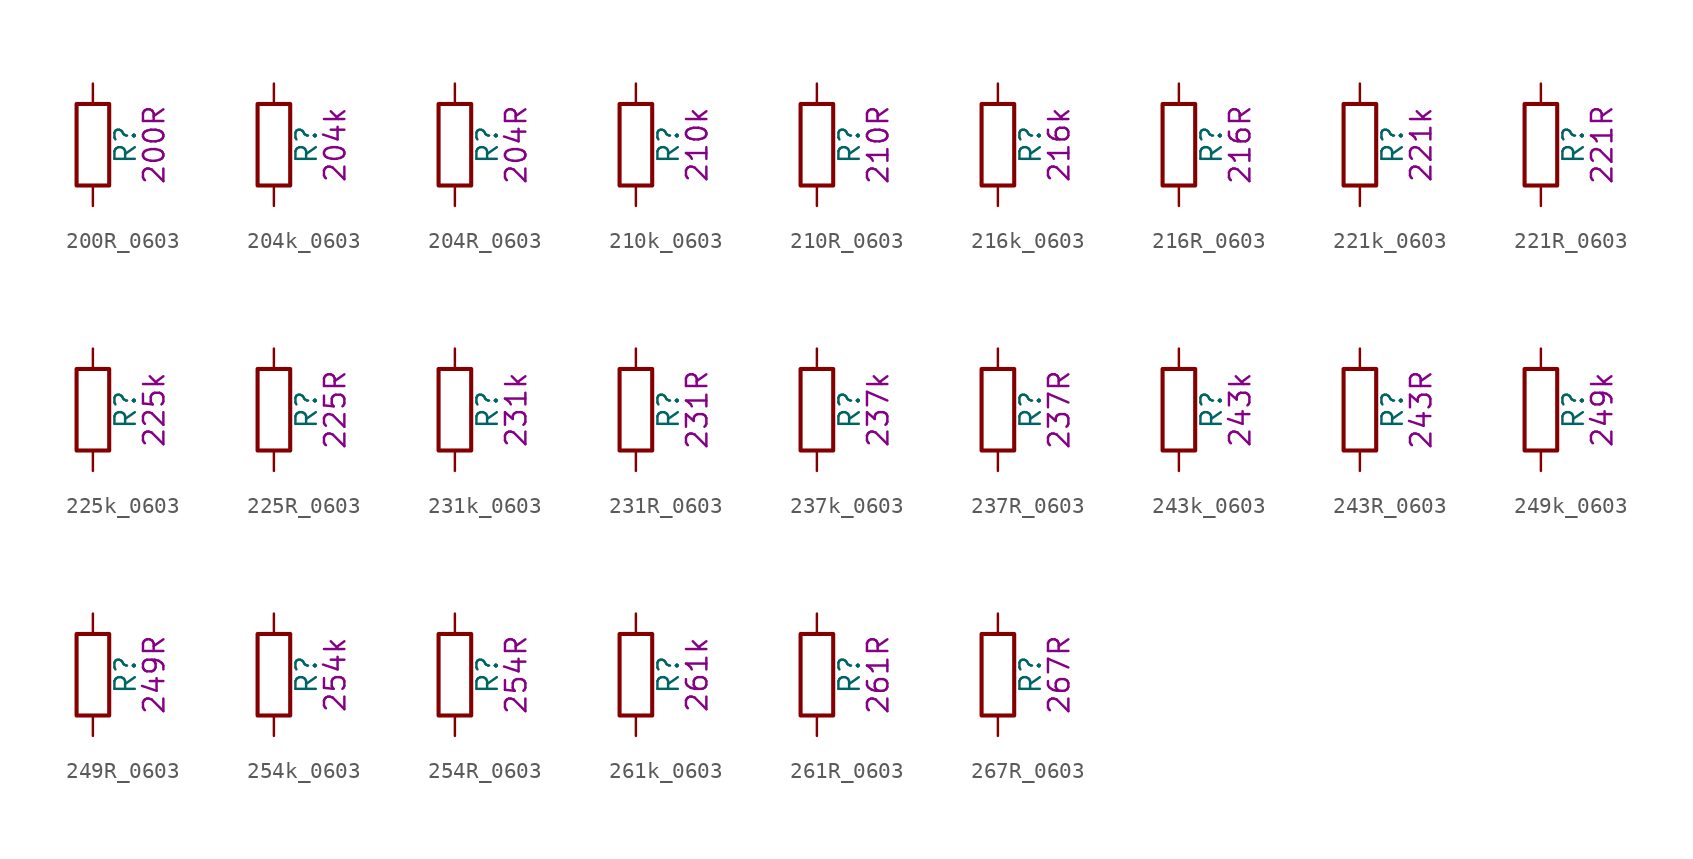
<source format=kicad_sym>
(kicad_symbol_lib
  (version 20211014)
  (generator kicad_symbol_editor)
  (symbol "200R_0603"
    (pin_numbers hide)
    (pin_names
      (offset 0))
    (property "Reference" "R"
      (at 2.032 0 90)
      (effects (font (size 1.27 1.27))))
    (property "Display" "200R"
      (at 3.81 0 90)
      (effects (font (size 1.27 1.27))))
    (symbol "200R_0603_0_1"
      (rectangle (start -1.016 -2.54) (end 1.016 2.54) (stroke (width 0.254) (type default) (color 0 0 0 0)) (fill (type none))))
    (symbol "200R_0603_1_1"
      (pin passive line (at 0 3.81 270) (length 1.27) (name "~" (effects (font (size 1.27 1.27)))) (number "1" (effects (font (size 1.27 1.27)))))
      (pin passive line (at 0 -3.81 90) (length 1.27) (name "~" (effects (font (size 1.27 1.27)))) (number "2" (effects (font (size 1.27 1.27)))))))
  (symbol "204k_0603"
    (pin_numbers hide)
    (pin_names
      (offset 0))
    (property "Reference" "R"
      (at 2.032 0 90)
      (effects (font (size 1.27 1.27))))
    (property "Display" "204k"
      (at 3.81 0 90)
      (effects (font (size 1.27 1.27))))
    (symbol "204k_0603_0_1"
      (rectangle (start -1.016 -2.54) (end 1.016 2.54) (stroke (width 0.254) (type default) (color 0 0 0 0)) (fill (type none))))
    (symbol "204k_0603_1_1"
      (pin passive line (at 0 3.81 270) (length 1.27) (name "~" (effects (font (size 1.27 1.27)))) (number "1" (effects (font (size 1.27 1.27)))))
      (pin passive line (at 0 -3.81 90) (length 1.27) (name "~" (effects (font (size 1.27 1.27)))) (number "2" (effects (font (size 1.27 1.27)))))))
  (symbol "204R_0603"
    (pin_numbers hide)
    (pin_names
      (offset 0))
    (property "Reference" "R"
      (at 2.032 0 90)
      (effects (font (size 1.27 1.27))))
    (property "Display" "204R"
      (at 3.81 0 90)
      (effects (font (size 1.27 1.27))))
    (symbol "204R_0603_0_1"
      (rectangle (start -1.016 -2.54) (end 1.016 2.54) (stroke (width 0.254) (type default) (color 0 0 0 0)) (fill (type none))))
    (symbol "204R_0603_1_1"
      (pin passive line (at 0 3.81 270) (length 1.27) (name "~" (effects (font (size 1.27 1.27)))) (number "1" (effects (font (size 1.27 1.27)))))
      (pin passive line (at 0 -3.81 90) (length 1.27) (name "~" (effects (font (size 1.27 1.27)))) (number "2" (effects (font (size 1.27 1.27)))))))
  (symbol "210k_0603"
    (pin_numbers hide)
    (pin_names
      (offset 0))
    (property "Reference" "R"
      (at 2.032 0 90)
      (effects (font (size 1.27 1.27))))
    (property "Display" "210k"
      (at 3.81 0 90)
      (effects (font (size 1.27 1.27))))
    (symbol "210k_0603_0_1"
      (rectangle (start -1.016 -2.54) (end 1.016 2.54) (stroke (width 0.254) (type default) (color 0 0 0 0)) (fill (type none))))
    (symbol "210k_0603_1_1"
      (pin passive line (at 0 3.81 270) (length 1.27) (name "~" (effects (font (size 1.27 1.27)))) (number "1" (effects (font (size 1.27 1.27)))))
      (pin passive line (at 0 -3.81 90) (length 1.27) (name "~" (effects (font (size 1.27 1.27)))) (number "2" (effects (font (size 1.27 1.27)))))))
  (symbol "210R_0603"
    (pin_numbers hide)
    (pin_names
      (offset 0))
    (property "Reference" "R"
      (at 2.032 0 90)
      (effects (font (size 1.27 1.27))))
    (property "Display" "210R"
      (at 3.81 0 90)
      (effects (font (size 1.27 1.27))))
    (symbol "210R_0603_0_1"
      (rectangle (start -1.016 -2.54) (end 1.016 2.54) (stroke (width 0.254) (type default) (color 0 0 0 0)) (fill (type none))))
    (symbol "210R_0603_1_1"
      (pin passive line (at 0 3.81 270) (length 1.27) (name "~" (effects (font (size 1.27 1.27)))) (number "1" (effects (font (size 1.27 1.27)))))
      (pin passive line (at 0 -3.81 90) (length 1.27) (name "~" (effects (font (size 1.27 1.27)))) (number "2" (effects (font (size 1.27 1.27)))))))
  (symbol "216k_0603"
    (pin_numbers hide)
    (pin_names
      (offset 0))
    (property "Reference" "R"
      (at 2.032 0 90)
      (effects (font (size 1.27 1.27))))
    (property "Display" "216k"
      (at 3.81 0 90)
      (effects (font (size 1.27 1.27))))
    (symbol "216k_0603_0_1"
      (rectangle (start -1.016 -2.54) (end 1.016 2.54) (stroke (width 0.254) (type default) (color 0 0 0 0)) (fill (type none))))
    (symbol "216k_0603_1_1"
      (pin passive line (at 0 3.81 270) (length 1.27) (name "~" (effects (font (size 1.27 1.27)))) (number "1" (effects (font (size 1.27 1.27)))))
      (pin passive line (at 0 -3.81 90) (length 1.27) (name "~" (effects (font (size 1.27 1.27)))) (number "2" (effects (font (size 1.27 1.27)))))))
  (symbol "216R_0603"
    (pin_numbers hide)
    (pin_names
      (offset 0))
    (property "Reference" "R"
      (at 2.032 0 90)
      (effects (font (size 1.27 1.27))))
    (property "Display" "216R"
      (at 3.81 0 90)
      (effects (font (size 1.27 1.27))))
    (symbol "216R_0603_0_1"
      (rectangle (start -1.016 -2.54) (end 1.016 2.54) (stroke (width 0.254) (type default) (color 0 0 0 0)) (fill (type none))))
    (symbol "216R_0603_1_1"
      (pin passive line (at 0 3.81 270) (length 1.27) (name "~" (effects (font (size 1.27 1.27)))) (number "1" (effects (font (size 1.27 1.27)))))
      (pin passive line (at 0 -3.81 90) (length 1.27) (name "~" (effects (font (size 1.27 1.27)))) (number "2" (effects (font (size 1.27 1.27)))))))
  (symbol "221k_0603"
    (pin_numbers hide)
    (pin_names
      (offset 0))
    (property "Reference" "R"
      (at 2.032 0 90)
      (effects (font (size 1.27 1.27))))
    (property "Display" "221k"
      (at 3.81 0 90)
      (effects (font (size 1.27 1.27))))
    (symbol "221k_0603_0_1"
      (rectangle (start -1.016 -2.54) (end 1.016 2.54) (stroke (width 0.254) (type default) (color 0 0 0 0)) (fill (type none))))
    (symbol "221k_0603_1_1"
      (pin passive line (at 0 3.81 270) (length 1.27) (name "~" (effects (font (size 1.27 1.27)))) (number "1" (effects (font (size 1.27 1.27)))))
      (pin passive line (at 0 -3.81 90) (length 1.27) (name "~" (effects (font (size 1.27 1.27)))) (number "2" (effects (font (size 1.27 1.27)))))))
  (symbol "221R_0603"
    (pin_numbers hide)
    (pin_names
      (offset 0))
    (property "Reference" "R"
      (at 2.032 0 90)
      (effects (font (size 1.27 1.27))))
    (property "Display" "221R"
      (at 3.81 0 90)
      (effects (font (size 1.27 1.27))))
    (symbol "221R_0603_0_1"
      (rectangle (start -1.016 -2.54) (end 1.016 2.54) (stroke (width 0.254) (type default) (color 0 0 0 0)) (fill (type none))))
    (symbol "221R_0603_1_1"
      (pin passive line (at 0 3.81 270) (length 1.27) (name "~" (effects (font (size 1.27 1.27)))) (number "1" (effects (font (size 1.27 1.27)))))
      (pin passive line (at 0 -3.81 90) (length 1.27) (name "~" (effects (font (size 1.27 1.27)))) (number "2" (effects (font (size 1.27 1.27)))))))
  (symbol "225k_0603"
    (pin_numbers hide)
    (pin_names
      (offset 0))
    (property "Reference" "R"
      (at 2.032 0 90)
      (effects (font (size 1.27 1.27))))
    (property "Display" "225k"
      (at 3.81 0 90)
      (effects (font (size 1.27 1.27))))
    (symbol "225k_0603_0_1"
      (rectangle (start -1.016 -2.54) (end 1.016 2.54) (stroke (width 0.254) (type default) (color 0 0 0 0)) (fill (type none))))
    (symbol "225k_0603_1_1"
      (pin passive line (at 0 3.81 270) (length 1.27) (name "~" (effects (font (size 1.27 1.27)))) (number "1" (effects (font (size 1.27 1.27)))))
      (pin passive line (at 0 -3.81 90) (length 1.27) (name "~" (effects (font (size 1.27 1.27)))) (number "2" (effects (font (size 1.27 1.27)))))))
  (symbol "225R_0603"
    (pin_numbers hide)
    (pin_names
      (offset 0))
    (property "Reference" "R"
      (at 2.032 0 90)
      (effects (font (size 1.27 1.27))))
    (property "Display" "225R"
      (at 3.81 0 90)
      (effects (font (size 1.27 1.27))))
    (symbol "225R_0603_0_1"
      (rectangle (start -1.016 -2.54) (end 1.016 2.54) (stroke (width 0.254) (type default) (color 0 0 0 0)) (fill (type none))))
    (symbol "225R_0603_1_1"
      (pin passive line (at 0 3.81 270) (length 1.27) (name "~" (effects (font (size 1.27 1.27)))) (number "1" (effects (font (size 1.27 1.27)))))
      (pin passive line (at 0 -3.81 90) (length 1.27) (name "~" (effects (font (size 1.27 1.27)))) (number "2" (effects (font (size 1.27 1.27)))))))
  (symbol "231k_0603"
    (pin_numbers hide)
    (pin_names
      (offset 0))
    (property "Reference" "R"
      (at 2.032 0 90)
      (effects (font (size 1.27 1.27))))
    (property "Display" "231k"
      (at 3.81 0 90)
      (effects (font (size 1.27 1.27))))
    (symbol "231k_0603_0_1"
      (rectangle (start -1.016 -2.54) (end 1.016 2.54) (stroke (width 0.254) (type default) (color 0 0 0 0)) (fill (type none))))
    (symbol "231k_0603_1_1"
      (pin passive line (at 0 3.81 270) (length 1.27) (name "~" (effects (font (size 1.27 1.27)))) (number "1" (effects (font (size 1.27 1.27)))))
      (pin passive line (at 0 -3.81 90) (length 1.27) (name "~" (effects (font (size 1.27 1.27)))) (number "2" (effects (font (size 1.27 1.27)))))))
  (symbol "231R_0603"
    (pin_numbers hide)
    (pin_names
      (offset 0))
    (property "Reference" "R"
      (at 2.032 0 90)
      (effects (font (size 1.27 1.27))))
    (property "Display" "231R"
      (at 3.81 0 90)
      (effects (font (size 1.27 1.27))))
    (symbol "231R_0603_0_1"
      (rectangle (start -1.016 -2.54) (end 1.016 2.54) (stroke (width 0.254) (type default) (color 0 0 0 0)) (fill (type none))))
    (symbol "231R_0603_1_1"
      (pin passive line (at 0 3.81 270) (length 1.27) (name "~" (effects (font (size 1.27 1.27)))) (number "1" (effects (font (size 1.27 1.27)))))
      (pin passive line (at 0 -3.81 90) (length 1.27) (name "~" (effects (font (size 1.27 1.27)))) (number "2" (effects (font (size 1.27 1.27)))))))
  (symbol "237k_0603"
    (pin_numbers hide)
    (pin_names
      (offset 0))
    (property "Reference" "R"
      (at 2.032 0 90)
      (effects (font (size 1.27 1.27))))
    (property "Display" "237k"
      (at 3.81 0 90)
      (effects (font (size 1.27 1.27))))
    (symbol "237k_0603_0_1"
      (rectangle (start -1.016 -2.54) (end 1.016 2.54) (stroke (width 0.254) (type default) (color 0 0 0 0)) (fill (type none))))
    (symbol "237k_0603_1_1"
      (pin passive line (at 0 3.81 270) (length 1.27) (name "~" (effects (font (size 1.27 1.27)))) (number "1" (effects (font (size 1.27 1.27)))))
      (pin passive line (at 0 -3.81 90) (length 1.27) (name "~" (effects (font (size 1.27 1.27)))) (number "2" (effects (font (size 1.27 1.27)))))))
  (symbol "237R_0603"
    (pin_numbers hide)
    (pin_names
      (offset 0))
    (property "Reference" "R"
      (at 2.032 0 90)
      (effects (font (size 1.27 1.27))))
    (property "Display" "237R"
      (at 3.81 0 90)
      (effects (font (size 1.27 1.27))))
    (symbol "237R_0603_0_1"
      (rectangle (start -1.016 -2.54) (end 1.016 2.54) (stroke (width 0.254) (type default) (color 0 0 0 0)) (fill (type none))))
    (symbol "237R_0603_1_1"
      (pin passive line (at 0 3.81 270) (length 1.27) (name "~" (effects (font (size 1.27 1.27)))) (number "1" (effects (font (size 1.27 1.27)))))
      (pin passive line (at 0 -3.81 90) (length 1.27) (name "~" (effects (font (size 1.27 1.27)))) (number "2" (effects (font (size 1.27 1.27)))))))
  (symbol "243k_0603"
    (pin_numbers hide)
    (pin_names
      (offset 0))
    (property "Reference" "R"
      (at 2.032 0 90)
      (effects (font (size 1.27 1.27))))
    (property "Display" "243k"
      (at 3.81 0 90)
      (effects (font (size 1.27 1.27))))
    (symbol "243k_0603_0_1"
      (rectangle (start -1.016 -2.54) (end 1.016 2.54) (stroke (width 0.254) (type default) (color 0 0 0 0)) (fill (type none))))
    (symbol "243k_0603_1_1"
      (pin passive line (at 0 3.81 270) (length 1.27) (name "~" (effects (font (size 1.27 1.27)))) (number "1" (effects (font (size 1.27 1.27)))))
      (pin passive line (at 0 -3.81 90) (length 1.27) (name "~" (effects (font (size 1.27 1.27)))) (number "2" (effects (font (size 1.27 1.27)))))))
  (symbol "243R_0603"
    (pin_numbers hide)
    (pin_names
      (offset 0))
    (property "Reference" "R"
      (at 2.032 0 90)
      (effects (font (size 1.27 1.27))))
    (property "Display" "243R"
      (at 3.81 0 90)
      (effects (font (size 1.27 1.27))))
    (symbol "243R_0603_0_1"
      (rectangle (start -1.016 -2.54) (end 1.016 2.54) (stroke (width 0.254) (type default) (color 0 0 0 0)) (fill (type none))))
    (symbol "243R_0603_1_1"
      (pin passive line (at 0 3.81 270) (length 1.27) (name "~" (effects (font (size 1.27 1.27)))) (number "1" (effects (font (size 1.27 1.27)))))
      (pin passive line (at 0 -3.81 90) (length 1.27) (name "~" (effects (font (size 1.27 1.27)))) (number "2" (effects (font (size 1.27 1.27)))))))
  (symbol "249k_0603"
    (pin_numbers hide)
    (pin_names
      (offset 0))
    (property "Reference" "R"
      (at 2.032 0 90)
      (effects (font (size 1.27 1.27))))
    (property "Display" "249k"
      (at 3.81 0 90)
      (effects (font (size 1.27 1.27))))
    (symbol "249k_0603_0_1"
      (rectangle (start -1.016 -2.54) (end 1.016 2.54) (stroke (width 0.254) (type default) (color 0 0 0 0)) (fill (type none))))
    (symbol "249k_0603_1_1"
      (pin passive line (at 0 3.81 270) (length 1.27) (name "~" (effects (font (size 1.27 1.27)))) (number "1" (effects (font (size 1.27 1.27)))))
      (pin passive line (at 0 -3.81 90) (length 1.27) (name "~" (effects (font (size 1.27 1.27)))) (number "2" (effects (font (size 1.27 1.27)))))))
  (symbol "249R_0603"
    (pin_numbers hide)
    (pin_names
      (offset 0))
    (property "Reference" "R"
      (at 2.032 0 90)
      (effects (font (size 1.27 1.27))))
    (property "Display" "249R"
      (at 3.81 0 90)
      (effects (font (size 1.27 1.27))))
    (symbol "249R_0603_0_1"
      (rectangle (start -1.016 -2.54) (end 1.016 2.54) (stroke (width 0.254) (type default) (color 0 0 0 0)) (fill (type none))))
    (symbol "249R_0603_1_1"
      (pin passive line (at 0 3.81 270) (length 1.27) (name "~" (effects (font (size 1.27 1.27)))) (number "1" (effects (font (size 1.27 1.27)))))
      (pin passive line (at 0 -3.81 90) (length 1.27) (name "~" (effects (font (size 1.27 1.27)))) (number "2" (effects (font (size 1.27 1.27)))))))
  (symbol "254k_0603"
    (pin_numbers hide)
    (pin_names
      (offset 0))
    (property "Reference" "R"
      (at 2.032 0 90)
      (effects (font (size 1.27 1.27))))
    (property "Display" "254k"
      (at 3.81 0 90)
      (effects (font (size 1.27 1.27))))
    (symbol "254k_0603_0_1"
      (rectangle (start -1.016 -2.54) (end 1.016 2.54) (stroke (width 0.254) (type default) (color 0 0 0 0)) (fill (type none))))
    (symbol "254k_0603_1_1"
      (pin passive line (at 0 3.81 270) (length 1.27) (name "~" (effects (font (size 1.27 1.27)))) (number "1" (effects (font (size 1.27 1.27)))))
      (pin passive line (at 0 -3.81 90) (length 1.27) (name "~" (effects (font (size 1.27 1.27)))) (number "2" (effects (font (size 1.27 1.27)))))))
  (symbol "254R_0603"
    (pin_numbers hide)
    (pin_names
      (offset 0))
    (property "Reference" "R"
      (at 2.032 0 90)
      (effects (font (size 1.27 1.27))))
    (property "Display" "254R"
      (at 3.81 0 90)
      (effects (font (size 1.27 1.27))))
    (symbol "254R_0603_0_1"
      (rectangle (start -1.016 -2.54) (end 1.016 2.54) (stroke (width 0.254) (type default) (color 0 0 0 0)) (fill (type none))))
    (symbol "254R_0603_1_1"
      (pin passive line (at 0 3.81 270) (length 1.27) (name "~" (effects (font (size 1.27 1.27)))) (number "1" (effects (font (size 1.27 1.27)))))
      (pin passive line (at 0 -3.81 90) (length 1.27) (name "~" (effects (font (size 1.27 1.27)))) (number "2" (effects (font (size 1.27 1.27)))))))
  (symbol "261k_0603"
    (pin_numbers hide)
    (pin_names
      (offset 0))
    (property "Reference" "R"
      (at 2.032 0 90)
      (effects (font (size 1.27 1.27))))
    (property "Display" "261k"
      (at 3.81 0 90)
      (effects (font (size 1.27 1.27))))
    (symbol "261k_0603_0_1"
      (rectangle (start -1.016 -2.54) (end 1.016 2.54) (stroke (width 0.254) (type default) (color 0 0 0 0)) (fill (type none))))
    (symbol "261k_0603_1_1"
      (pin passive line (at 0 3.81 270) (length 1.27) (name "~" (effects (font (size 1.27 1.27)))) (number "1" (effects (font (size 1.27 1.27)))))
      (pin passive line (at 0 -3.81 90) (length 1.27) (name "~" (effects (font (size 1.27 1.27)))) (number "2" (effects (font (size 1.27 1.27)))))))
  (symbol "261R_0603"
    (pin_numbers hide)
    (pin_names
      (offset 0))
    (property "Reference" "R"
      (at 2.032 0 90)
      (effects (font (size 1.27 1.27))))
    (property "Display" "261R"
      (at 3.81 0 90)
      (effects (font (size 1.27 1.27))))
    (symbol "261R_0603_0_1"
      (rectangle (start -1.016 -2.54) (end 1.016 2.54) (stroke (width 0.254) (type default) (color 0 0 0 0)) (fill (type none))))
    (symbol "261R_0603_1_1"
      (pin passive line (at 0 3.81 270) (length 1.27) (name "~" (effects (font (size 1.27 1.27)))) (number "1" (effects (font (size 1.27 1.27)))))
      (pin passive line (at 0 -3.81 90) (length 1.27) (name "~" (effects (font (size 1.27 1.27)))) (number "2" (effects (font (size 1.27 1.27)))))))
  (symbol "267R_0603"
    (pin_numbers hide)
    (pin_names
      (offset 0))
    (property "Reference" "R"
      (at 2.032 0 90)
      (effects (font (size 1.27 1.27))))
    (property "Display" "267R"
      (at 3.81 0 90)
      (effects (font (size 1.27 1.27))))
    (symbol "267R_0603_0_1"
      (rectangle (start -1.016 -2.54) (end 1.016 2.54) (stroke (width 0.254) (type default) (color 0 0 0 0)) (fill (type none))))
    (symbol "267R_0603_1_1"
      (pin passive line (at 0 3.81 270) (length 1.27) (name "~" (effects (font (size 1.27 1.27)))) (number "1" (effects (font (size 1.27 1.27)))))
      (pin passive line (at 0 -3.81 90) (length 1.27) (name "~" (effects (font (size 1.27 1.27)))) (number "2" (effects (font (size 1.27 1.27))))))))
</source>
